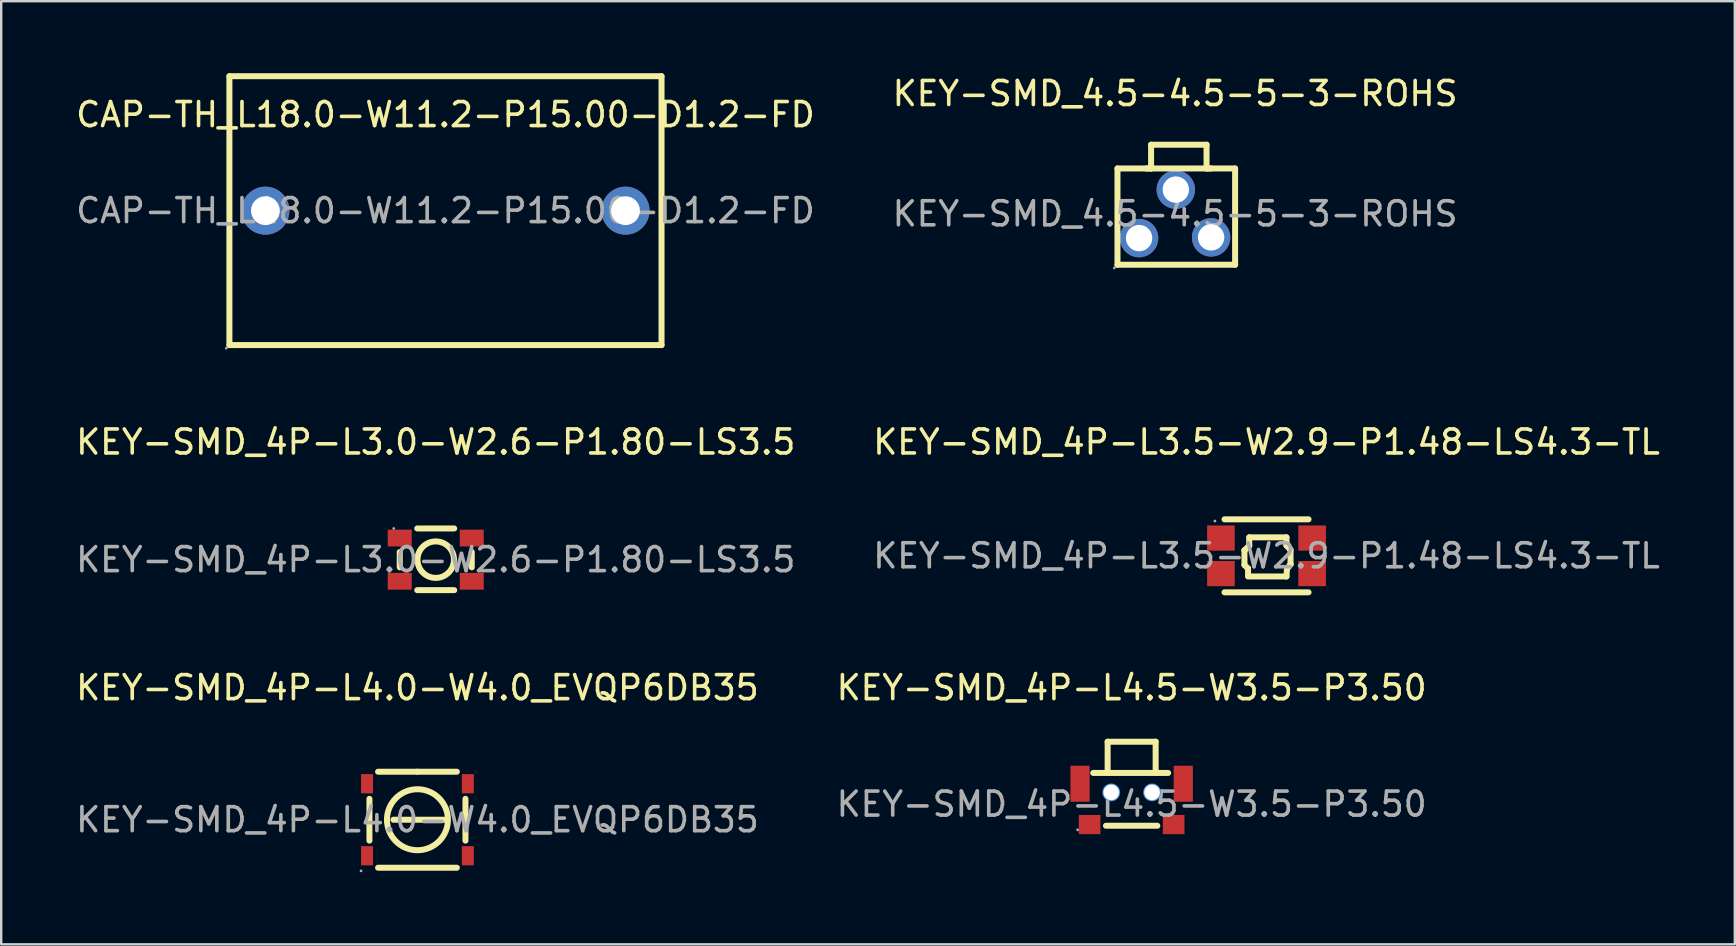
<source format=kicad_pcb>
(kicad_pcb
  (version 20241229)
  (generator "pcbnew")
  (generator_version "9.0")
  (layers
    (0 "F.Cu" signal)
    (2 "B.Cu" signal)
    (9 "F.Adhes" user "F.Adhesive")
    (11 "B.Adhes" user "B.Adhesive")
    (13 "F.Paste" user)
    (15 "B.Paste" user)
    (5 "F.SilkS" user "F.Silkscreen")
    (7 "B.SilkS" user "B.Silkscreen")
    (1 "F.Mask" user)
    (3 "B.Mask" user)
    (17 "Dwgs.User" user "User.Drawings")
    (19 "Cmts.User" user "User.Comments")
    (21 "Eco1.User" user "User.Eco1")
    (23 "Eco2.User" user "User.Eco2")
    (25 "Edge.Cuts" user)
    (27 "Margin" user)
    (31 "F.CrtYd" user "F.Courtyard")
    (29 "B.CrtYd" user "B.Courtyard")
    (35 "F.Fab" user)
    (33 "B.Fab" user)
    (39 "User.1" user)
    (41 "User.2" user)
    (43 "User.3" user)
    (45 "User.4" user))
  (footprint "KEY-SMD_4P-L3.5-W2.9-P1.48-LS4.3-TL"
    (layer "F.Cu")
    (at 49.708 20.103)
    (property "Reference" "KEY-SMD_4P-L3.5-W2.9-P1.48-LS4.3-TL" (at 0 -4.74 0) (layer "F.SilkS") (effects (font (size 1 1) (thickness 0.15))))
    (attr through_hole)
    (fp_line (start -1.75 -1.52) (end 1.75 -1.52) (stroke (width 0.25) (type solid)) (layer "F.SilkS"))
    (fp_line (start -0.92 -0.23) (end -0.92 -0.23) (stroke (width 0.25) (type solid)) (layer "F.SilkS"))
    (fp_line (start -0.92 -0.23) (end -0.72 -0.42) (stroke (width 0.25) (type solid)) (layer "F.SilkS"))
    (fp_line (start -0.92 0.38) (end -0.92 -0.23) (stroke (width 0.25) (type solid)) (layer "F.SilkS"))
    (fp_line (start -0.77 0.53) (end -0.92 0.38) (stroke (width 0.25) (type solid)) (layer "F.SilkS"))
    (fp_line (start -0.77 0.53) (end -0.77 0.53) (stroke (width 0.25) (type solid)) (layer "F.SilkS"))
    (fp_line (start -0.77 0.83) (end -0.77 0.53) (stroke (width 0.25) (type solid)) (layer "F.SilkS"))
    (fp_line (start -0.72 -0.77) (end 0.83 -0.77) (stroke (width 0.25) (type solid)) (layer "F.SilkS"))
    (fp_line (start -0.72 -0.42) (end -0.72 -0.77) (stroke (width 0.25) (type solid)) (layer "F.SilkS"))
    (fp_line (start 0.83 -0.77) (end 0.83 -0.52) (stroke (width 0.25) (type solid)) (layer "F.SilkS"))
    (fp_line (start 0.83 -0.52) (end 0.83 -0.43) (stroke (width 0.25) (type solid)) (layer "F.SilkS"))
    (fp_line (start 0.83 -0.43) (end 1 -0.25) (stroke (width 0.25) (type solid)) (layer "F.SilkS"))
    (fp_line (start 0.83 0.86) (end -0.77 0.86) (stroke (width 0.25) (type solid)) (layer "F.SilkS"))
    (fp_line (start 0.85 0.55) (end 0.83 0.86) (stroke (width 0.25) (type solid)) (layer "F.SilkS"))
    (fp_line (start 1 -0.25) (end 1 0.35) (stroke (width 0.25) (type solid)) (layer "F.SilkS"))
    (fp_line (start 1 0.35) (end 0.85 0.55) (stroke (width 0.25) (type solid)) (layer "F.SilkS"))
    (fp_line (start 1 0.35) (end 1 0.35) (stroke (width 0.25) (type solid)) (layer "F.SilkS"))
    (fp_line (start 1.75 1.52) (end -1.75 1.52) (stroke (width 0.25) (type solid)) (layer "F.SilkS"))
    (fp_circle (center -2.15 -1.45) (end -2.12 -1.45) (stroke (width 0.06) (type solid)) (fill no) (layer "F.Fab"))
    (fp_text user "${REFERENCE}" (at 0 0 0) (layer "F.Fab") (effects (font (size 1 1) (thickness 0.15))))
    (pad "1" smd rect (at -1.9 -0.74 90) (size 1.05 1.15) (layers "F.Cu" "F.Mask" "F.Paste"))
    (pad "1'" smd rect (at 1.9 -0.74 90) (size 1.05 1.15) (layers "F.Cu" "F.Mask" "F.Paste"))
    (pad "2" smd rect (at -1.9 0.74 90) (size 1.05 1.15) (layers "F.Cu" "F.Mask" "F.Paste"))
    (pad "2'" smd rect (at 1.9 0.74 90) (size 1.05 1.15) (layers "F.Cu" "F.Mask" "F.Paste")))
  (footprint "KEY-SMD_4.5-4.5-5-3-ROHS"
    (layer "F.Cu")
    (at 45.899 5.858)
    (property "Reference" "KEY-SMD_4.5-4.5-5-3-ROHS" (at 0 -5.01 0) (layer "F.SilkS") (effects (font (size 1 1) (thickness 0.15))))
    (attr through_hole)
    (fp_line (start -2.4 -1.89) (end -2.4 2.12) (stroke (width 0.25) (type solid)) (layer "F.SilkS"))
    (fp_line (start -2.4 2.12) (end 2.5 2.12) (stroke (width 0.25) (type solid)) (layer "F.SilkS"))
    (fp_line (start -1.2 -1.89) (end 1.5 -1.89) (stroke (width 0.25) (type solid)) (layer "F.SilkS"))
    (fp_line (start -1 -2.88) (end -1 -1.89) (stroke (width 0.25) (type solid)) (layer "F.SilkS"))
    (fp_line (start -1 -1.89) (end -2.4 -1.89) (stroke (width 0.25) (type solid)) (layer "F.SilkS"))
    (fp_line (start 1.31 -2.88) (end -1 -2.88) (stroke (width 0.25) (type solid)) (layer "F.SilkS"))
    (fp_line (start 1.31 -1.89) (end 1.31 -2.88) (stroke (width 0.25) (type solid)) (layer "F.SilkS"))
    (fp_line (start 2.5 -1.89) (end 1.31 -1.89) (stroke (width 0.25) (type solid)) (layer "F.SilkS"))
    (fp_line (start 2.5 2.12) (end 2.5 -1.89) (stroke (width 0.25) (type solid)) (layer "F.SilkS"))
    (fp_circle (center -2.53 2.25) (end -2.5 2.25) (stroke (width 0.06) (type solid)) (fill no) (layer "F.Fab"))
    (fp_circle (center -1.5 1.01) (end -1.27 1.01) (stroke (width 0.45) (type solid)) (fill no) (layer "F.Fab"))
    (fp_circle (center 0.03 -1.01) (end 0.26 -1.01) (stroke (width 0.45) (type solid)) (fill no) (layer "F.Fab"))
    (fp_circle (center 1.5 0.98) (end 1.73 0.98) (stroke (width 0.45) (type solid)) (fill no) (layer "F.Fab"))
    (fp_text user "${REFERENCE}" (at 0 0 0) (layer "F.Fab") (effects (font (size 1 1) (thickness 0.15))))
    (pad "1" thru_hole circle (at -1.5 1.01) (size 1.6 1.6) (drill 1.1) (layers "*.Cu" "*.Paste" "*.Mask"))
    (pad "2" thru_hole circle (at 1.5 0.98) (size 1.6 1.6) (drill 1.1) (layers "*.Cu" "*.Paste" "*.Mask"))
    (pad "3" thru_hole circle (at 0.03 -1.01) (size 1.6 1.6) (drill 1.1) (layers "*.Cu" "*.Paste" "*.Mask")))
  (footprint "KEY-SMD_4P-L4.5-W3.5-P3.50"
    (layer "F.Cu")
    (at 44.089 30.447)
    (property "Reference" "KEY-SMD_4P-L4.5-W3.5-P3.50" (at 0 -4.85 0) (layer "F.SilkS") (effects (font (size 1 1) (thickness 0.15))))
    (attr through_hole)
    (fp_line (start -1.6 -1.3) (end -1 -1.3) (stroke (width 0.25) (type solid)) (layer "F.SilkS"))
    (fp_line (start -1.07 0.9) (end 1.07 0.9) (stroke (width 0.25) (type solid)) (layer "F.SilkS"))
    (fp_line (start -1 -2.6) (end 1 -2.6) (stroke (width 0.25) (type solid)) (layer "F.SilkS"))
    (fp_line (start -1 -1.3) (end -1 -2.6) (stroke (width 0.25) (type solid)) (layer "F.SilkS"))
    (fp_line (start -1 -1.3) (end 1 -1.3) (stroke (width 0.25) (type solid)) (layer "F.SilkS"))
    (fp_line (start 1 -2.6) (end 1 -1.3) (stroke (width 0.25) (type solid)) (layer "F.SilkS"))
    (fp_line (start 1 -1.3) (end 1.52 -1.3) (stroke (width 0.25) (type solid)) (layer "F.SilkS"))
    (fp_circle (center -0.85 -0.49) (end -0.73 -0.49) (stroke (width 0.25) (type solid)) (fill no) (layer "Cmts.User"))
    (fp_circle (center 0.85 -0.49) (end 0.97 -0.49) (stroke (width 0.25) (type solid)) (fill no) (layer "Cmts.User"))
    (fp_circle (center -2.25 1.07) (end -2.22 1.07) (stroke (width 0.06) (type solid)) (fill no) (layer "F.Fab"))
    (fp_text user "${REFERENCE}" (at 0 0 0) (layer "F.Fab") (effects (font (size 1 1) (thickness 0.15))))
    (pad "" thru_hole circle (at -0.85 -0.49) (size 0.65 0.65) (drill 0.65) (layers "*.Cu" "*.Mask"))
    (pad "" thru_hole circle (at 0.85 -0.49) (size 0.65 0.65) (drill 0.65) (layers "*.Cu" "*.Mask"))
    (pad "1" smd rect (at -1.75 0.85 90) (size 0.8 0.9) (layers "F.Cu" "F.Mask" "F.Paste"))
    (pad "2" smd rect (at 1.75 0.85 90) (size 0.8 0.9) (layers "F.Cu" "F.Mask" "F.Paste"))
    (pad "3" smd rect (at -2.15 -0.85 90) (size 1.5 0.8) (layers "F.Cu" "F.Mask" "F.Paste"))
    (pad "4" smd rect (at 2.15 -0.85 90) (size 1.5 0.8) (layers "F.Cu" "F.Mask" "F.Paste")))
  (footprint "KEY-SMD_4P-L4.0-W4.0_EVQP6DB35"
    (layer "F.Cu")
    (at 14.339 31.096)
    (property "Reference" "KEY-SMD_4P-L4.0-W4.0_EVQP6DB35" (at 0 -5.5 0) (layer "F.SilkS") (effects (font (size 1 1) (thickness 0.15))))
    (attr through_hole)
    (fp_line (start -2 -0.87) (end -2 0.87) (stroke (width 0.25) (type solid)) (layer "F.SilkS"))
    (fp_line (start -1.64 2) (end 1.64 2) (stroke (width 0.25) (type solid)) (layer "F.SilkS"))
    (fp_line (start -1 0) (end 1.16 0) (stroke (width 0.25) (type solid)) (layer "F.SilkS"))
    (fp_line (start 0 -2) (end -1.64 -2) (stroke (width 0.25) (type solid)) (layer "F.SilkS"))
    (fp_line (start 0 -2) (end 1.64 -2) (stroke (width 0.25) (type solid)) (layer "F.SilkS"))
    (fp_line (start 2 0.87) (end 2 -0.87) (stroke (width 0.25) (type solid)) (layer "F.SilkS"))
    (fp_circle (center 0 0) (end 1.27 0) (stroke (width 0.25) (type solid)) (fill no) (layer "F.SilkS"))
    (fp_circle (center -2.35 2.13) (end -2.32 2.13) (stroke (width 0.06) (type solid)) (fill no) (layer "F.Fab"))
    (fp_text user "${REFERENCE}" (at 0 0 0) (layer "F.Fab") (effects (font (size 1 1) (thickness 0.15))))
    (pad "1" smd rect (at -2.1 1.5) (size 0.5 0.8) (layers "F.Cu" "F.Mask" "F.Paste"))
    (pad "2" smd rect (at -2.1 -1.5) (size 0.5 0.8) (layers "F.Cu" "F.Mask" "F.Paste"))
    (pad "3" smd rect (at 2.1 1.5) (size 0.5 0.8) (layers "F.Cu" "F.Mask" "F.Paste"))
    (pad "4" smd rect (at 2.1 -1.5) (size 0.5 0.8) (layers "F.Cu" "F.Mask" "F.Paste")))
  (footprint "KEY-SMD_4P-L3.0-W2.6-P1.80-LS3.5"
    (layer "F.Cu")
    (at 15.101 20.263)
    (property "Reference" "KEY-SMD_4P-L3.0-W2.6-P1.80-LS3.5" (at 0 -4.9 0) (layer "F.SilkS") (effects (font (size 1 1) (thickness 0.15))))
    (attr through_hole)
    (fp_line (start -1.5 -0.32) (end -1.5 0.32) (stroke (width 0.25) (type solid)) (layer "F.SilkS"))
    (fp_line (start -0.77 -1.3) (end 0.77 -1.3) (stroke (width 0.25) (type solid)) (layer "F.SilkS"))
    (fp_line (start -0.77 1.27) (end 0.77 1.27) (stroke (width 0.25) (type solid)) (layer "F.SilkS"))
    (fp_line (start 1.5 -0.32) (end 1.5 0.32) (stroke (width 0.25) (type solid)) (layer "F.SilkS"))
    (fp_circle (center 0 0) (end 0.76 0) (stroke (width 0.25) (type solid)) (fill no) (layer "F.SilkS"))
    (fp_circle (center -1.75 -1.3) (end -1.72 -1.3) (stroke (width 0.06) (type solid)) (fill no) (layer "F.Fab"))
    (fp_text user "${REFERENCE}" (at 0 0 0) (layer "F.Fab") (effects (font (size 1 1) (thickness 0.15))))
    (pad "1" smd rect (at -1.5 -0.9) (size 1 0.7) (layers "F.Cu" "F.Mask" "F.Paste"))
    (pad "2" smd rect (at 1.5 -0.9 180) (size 1 0.7) (layers "F.Cu" "F.Mask" "F.Paste"))
    (pad "3" smd rect (at -1.5 0.9 180) (size 1 0.7) (layers "F.Cu" "F.Mask" "F.Paste"))
    (pad "4" smd rect (at 1.5 0.9 180) (size 1 0.7) (layers "F.Cu" "F.Mask" "F.Paste")))
  (footprint "CAP-TH_L18.0-W11.2-P15.00-D1.2-FD"
    (layer "F.Cu")
    (at 15.506 5.725)
    (property "Reference" "CAP-TH_L18.0-W11.2-P15.00-D1.2-FD" (at 0 -4 0) (layer "F.SilkS") (effects (font (size 1 1) (thickness 0.15))))
    (attr through_hole)
    (fp_line (start -9 -5.6) (end 9 -5.6) (stroke (width 0.25) (type solid)) (layer "F.SilkS"))
    (fp_line (start -9 5.6) (end -9 -5.6) (stroke (width 0.25) (type solid)) (layer "F.SilkS"))
    (fp_line (start 9 -5.6) (end 9 5.6) (stroke (width 0.25) (type solid)) (layer "F.SilkS"))
    (fp_line (start 9 5.6) (end -9 5.6) (stroke (width 0.25) (type solid)) (layer "F.SilkS"))
    (fp_circle (center -9.13 5.73) (end -9.1 5.73) (stroke (width 0.06) (type solid)) (fill no) (layer "F.Fab"))
    (fp_circle (center -7.5 0) (end -7.25 0) (stroke (width 0.5) (type solid)) (fill no) (layer "F.Fab"))
    (fp_circle (center 7.5 0) (end 7.75 0) (stroke (width 0.5) (type solid)) (fill no) (layer "F.Fab"))
    (fp_text user "${REFERENCE}" (at 0 0 0) (layer "F.Fab") (effects (font (size 1 1) (thickness 0.15))))
    (pad "1" thru_hole circle (at -7.5 0) (size 2 2) (drill 1.2) (layers "*.Cu" "*.Paste" "*.Mask"))
    (pad "2" thru_hole circle (at 7.5 0) (size 2 2) (drill 1.2) (layers "*.Cu" "*.Paste" "*.Mask")))
  (gr_rect
    (start -3 -3)
    (end 69.214 36.286)
    (stroke (width 0.1) (type default))
    (fill no)
    (layer "Edge.Cuts")))
</source>
